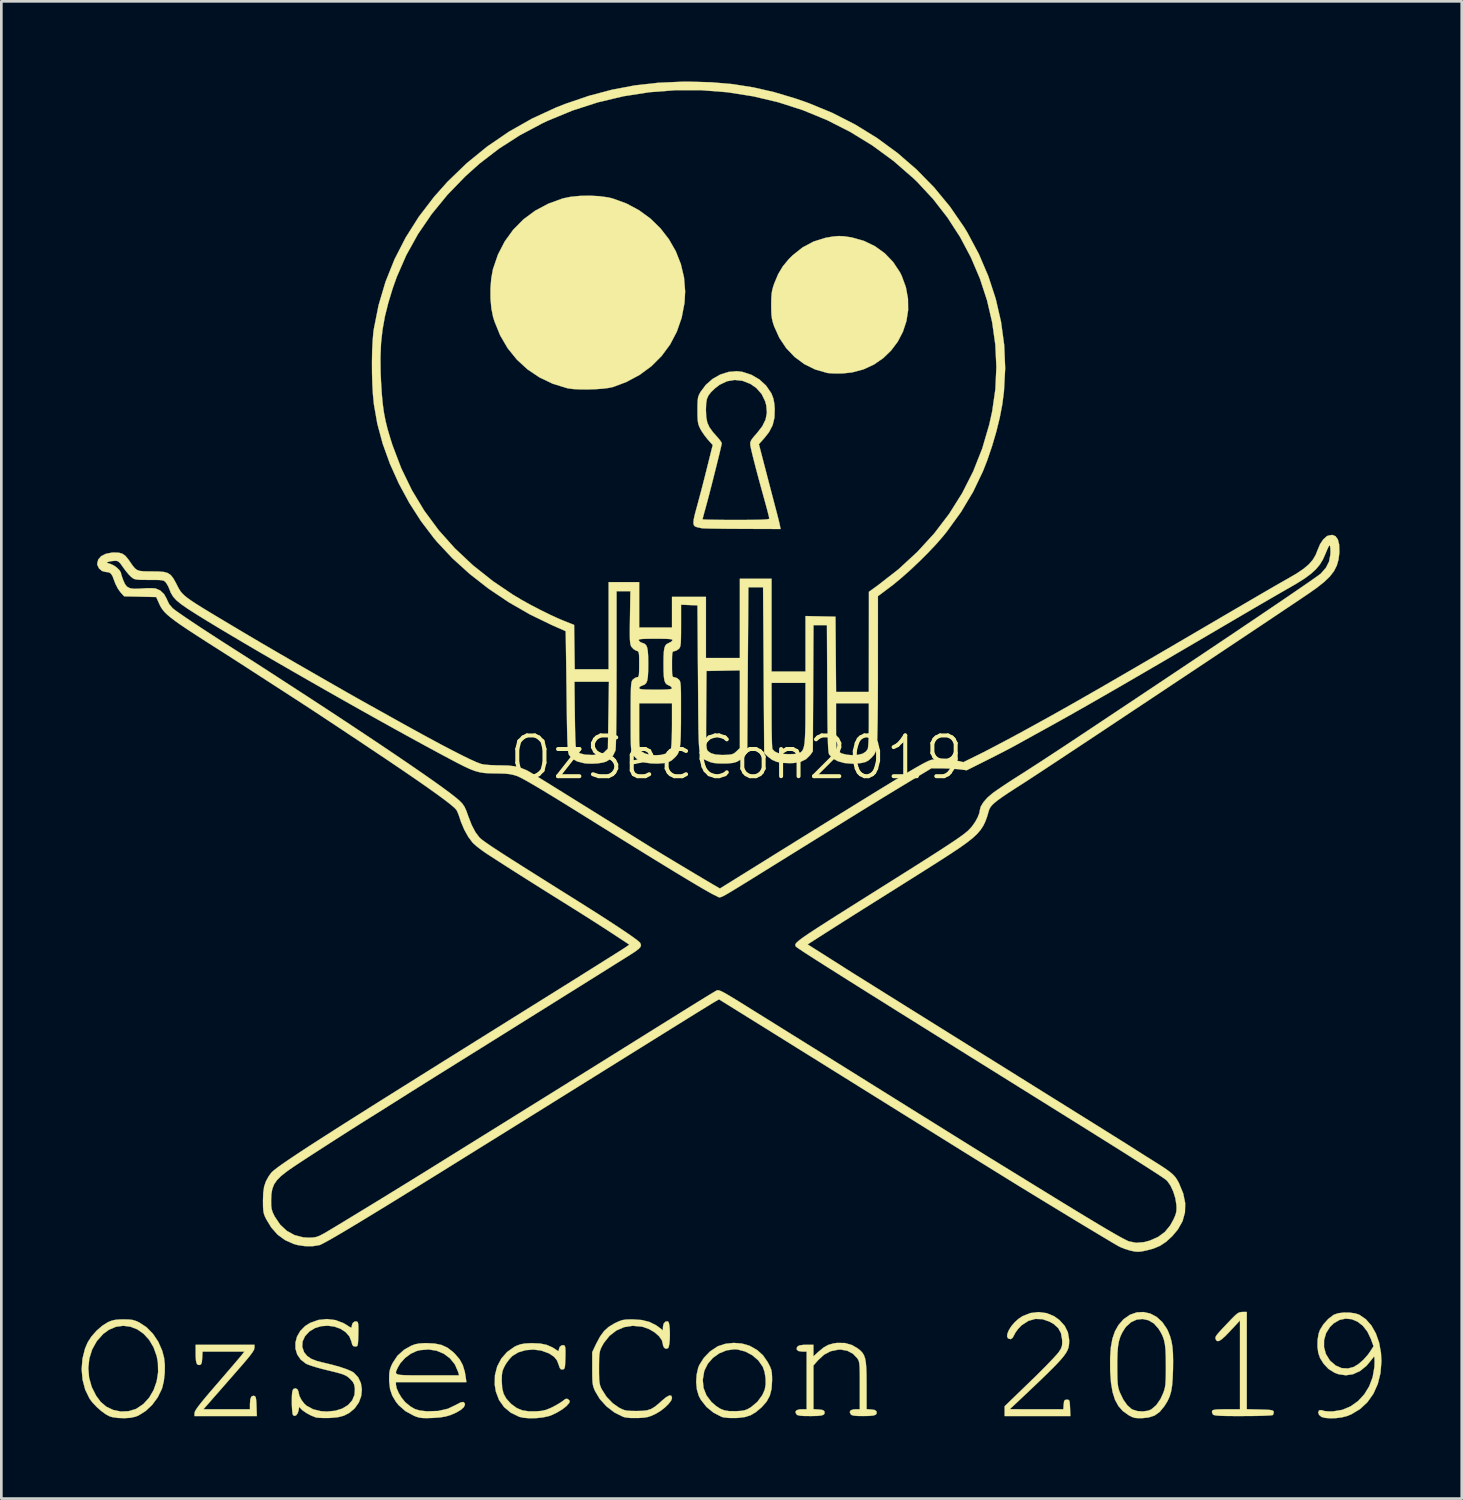
<source format=kicad_pcb>
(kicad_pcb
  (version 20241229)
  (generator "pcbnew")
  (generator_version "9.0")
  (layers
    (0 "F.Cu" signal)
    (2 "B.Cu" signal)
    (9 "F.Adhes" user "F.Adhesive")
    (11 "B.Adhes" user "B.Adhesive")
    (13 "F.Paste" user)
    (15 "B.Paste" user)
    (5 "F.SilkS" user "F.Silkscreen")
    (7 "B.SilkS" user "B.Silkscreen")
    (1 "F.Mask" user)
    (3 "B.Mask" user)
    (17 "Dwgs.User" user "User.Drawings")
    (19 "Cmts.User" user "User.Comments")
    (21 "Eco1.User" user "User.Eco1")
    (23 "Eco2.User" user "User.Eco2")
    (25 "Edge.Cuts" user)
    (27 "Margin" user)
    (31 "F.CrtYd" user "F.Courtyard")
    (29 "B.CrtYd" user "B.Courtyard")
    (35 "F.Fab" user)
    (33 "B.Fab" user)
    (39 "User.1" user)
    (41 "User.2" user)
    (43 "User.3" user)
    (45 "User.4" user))
  (footprint "OzSecCon2019"
    (layer "F.Cu")
    (at 24.505 25.293)
    (property "Reference" "OzSecCon2019" (at 0 0 0) (layer "F.SilkS") (effects (font (size 1.524 1.524) (thickness 0.15))))
    (attr through_hole)
    (fp_poly (pts (xy 4.036 -19.502) (xy 4.282 -19.464) (xy 4.325 -19.456) (xy 4.773 -19.329) (xy 5.183 -19.13) (xy 5.549 -18.865) (xy 5.861 -18.54) (xy 6.113 -18.161) (xy 6.18 -18.028) (xy 6.338 -17.598) (xy 6.417 -17.166) (xy 6.422 -16.739) (xy 6.357 -16.324) (xy 6.226 -15.929) (xy 6.035 -15.562) (xy 5.787 -15.231) (xy 5.488 -14.942) (xy 5.143 -14.704) (xy 4.754 -14.524) (xy 4.328 -14.41) (xy 3.979 -14.372) (xy 3.777 -14.369) (xy 3.583 -14.373) (xy 3.429 -14.385) (xy 3.387 -14.392) (xy 2.945 -14.519) (xy 2.539 -14.719) (xy 2.175 -14.988) (xy 1.861 -15.317) (xy 1.603 -15.703) (xy 1.408 -16.136) (xy 1.358 -16.292) (xy 1.325 -16.432) (xy 1.307 -16.585) (xy 1.3 -16.779) (xy 1.299 -16.933) (xy 1.302 -17.165) (xy 1.313 -17.339) (xy 1.336 -17.484) (xy 1.375 -17.627) (xy 1.413 -17.737) (xy 1.558 -18.084) (xy 1.732 -18.377) (xy 1.955 -18.647) (xy 2.104 -18.794) (xy 2.475 -19.088) (xy 2.88 -19.304) (xy 3.318 -19.442) (xy 3.353 -19.449) (xy 3.61 -19.494) (xy 3.825 -19.512) (xy 4.036 -19.502)) (stroke (width 0.01) (type solid)) (fill yes) (layer "F.SilkS"))
    (fp_poly (pts (xy -5.131 -21.003) (xy -4.806 -20.959) (xy -4.64 -20.92) (xy -4.122 -20.732) (xy -3.648 -20.478) (xy -3.22 -20.166) (xy -2.846 -19.801) (xy -2.528 -19.391) (xy -2.271 -18.943) (xy -2.082 -18.464) (xy -1.963 -17.96) (xy -1.921 -17.438) (xy -1.945 -17.009) (xy -2.052 -16.452) (xy -2.233 -15.932) (xy -2.484 -15.454) (xy -2.802 -15.023) (xy -3.183 -14.642) (xy -3.624 -14.317) (xy -4.12 -14.051) (xy -4.614 -13.865) (xy -4.786 -13.828) (xy -5.019 -13.799) (xy -5.291 -13.781) (xy -5.578 -13.772) (xy -5.857 -13.774) (xy -6.105 -13.787) (xy -6.3 -13.812) (xy -6.329 -13.818) (xy -6.873 -13.985) (xy -7.372 -14.223) (xy -7.823 -14.526) (xy -8.221 -14.893) (xy -8.563 -15.317) (xy -8.842 -15.796) (xy -9.057 -16.325) (xy -9.108 -16.493) (xy -9.171 -16.807) (xy -9.203 -17.17) (xy -9.205 -17.553) (xy -9.175 -17.924) (xy -9.115 -18.256) (xy -9.108 -18.281) (xy -8.924 -18.82) (xy -8.671 -19.31) (xy -8.353 -19.749) (xy -7.974 -20.133) (xy -7.536 -20.458) (xy -7.044 -20.721) (xy -6.501 -20.918) (xy -6.489 -20.921) (xy -6.199 -20.981) (xy -5.856 -21.014) (xy -5.491 -21.022) (xy -5.131 -21.003)) (stroke (width 0.01) (type solid)) (fill yes) (layer "F.SilkS"))
    (fp_poly (pts (xy -18.035 22.087) (xy -18.049 22.147) (xy -18.097 22.233) (xy -18.183 22.353) (xy -18.314 22.515) (xy -18.494 22.727) (xy -18.596 22.843) (xy -18.802 23.079) (xy -19.022 23.33) (xy -19.236 23.575) (xy -19.428 23.794) (xy -19.551 23.934) (xy -19.945 24.384) (xy -18.203 24.384) (xy -18.203 24.183) (xy -18.19 24.01) (xy -18.151 23.912) (xy -18.083 23.88) (xy -18.05 23.883) (xy -18.011 23.9) (xy -17.986 23.945) (xy -17.971 24.035) (xy -17.961 24.185) (xy -17.958 24.268) (xy -17.946 24.638) (xy -20.278 24.638) (xy -20.276 24.522) (xy -20.263 24.471) (xy -20.22 24.393) (xy -20.143 24.283) (xy -20.027 24.134) (xy -19.868 23.94) (xy -19.659 23.694) (xy -19.469 23.474) (xy -19.256 23.227) (xy -19.056 22.994) (xy -18.875 22.784) (xy -18.724 22.607) (xy -18.61 22.473) (xy -18.541 22.391) (xy -18.536 22.384) (xy -18.408 22.225) (xy -19.977 22.225) (xy -19.99 22.468) (xy -20.002 22.611) (xy -20.026 22.689) (xy -20.067 22.722) (xy -20.082 22.726) (xy -20.151 22.722) (xy -20.196 22.673) (xy -20.223 22.566) (xy -20.234 22.391) (xy -20.235 22.299) (xy -20.235 21.971) (xy -18.034 21.971) (xy -18.035 22.087)) (stroke (width 0.01) (type solid)) (fill yes) (layer "F.SilkS"))
    (fp_poly (pts (xy 19.092 24.381) (xy 19.589 24.393) (xy 19.803 24.4) (xy 19.946 24.408) (xy 20.033 24.422) (xy 20.079 24.442) (xy 20.099 24.473) (xy 20.101 24.485) (xy 20.088 24.568) (xy 20.06 24.601) (xy 20.003 24.61) (xy 19.874 24.619) (xy 19.684 24.627) (xy 19.447 24.633) (xy 19.173 24.636) (xy 18.939 24.637) (xy 18.603 24.637) (xy 18.341 24.635) (xy 18.146 24.63) (xy 18.006 24.622) (xy 17.912 24.611) (xy 17.855 24.596) (xy 17.824 24.577) (xy 17.823 24.575) (xy 17.79 24.492) (xy 17.795 24.448) (xy 17.82 24.42) (xy 17.88 24.401) (xy 17.987 24.39) (xy 18.156 24.385) (xy 18.329 24.384) (xy 18.838 24.384) (xy 18.838 22.722) (xy 18.838 21.061) (xy 18.475 21.452) (xy 18.293 21.641) (xy 18.155 21.765) (xy 18.054 21.828) (xy 17.984 21.833) (xy 17.938 21.785) (xy 17.927 21.755) (xy 17.919 21.721) (xy 17.922 21.685) (xy 17.945 21.639) (xy 17.992 21.574) (xy 18.073 21.481) (xy 18.192 21.351) (xy 18.359 21.176) (xy 18.519 21.008) (xy 18.649 20.877) (xy 18.743 20.798) (xy 18.82 20.757) (xy 18.9 20.744) (xy 18.932 20.743) (xy 19.092 20.743) (xy 19.092 24.381)) (stroke (width 0.01) (type solid)) (fill yes) (layer "F.SilkS"))
    (fp_poly (pts (xy 11.604 20.787) (xy 11.885 20.903) (xy 12.079 21.042) (xy 12.278 21.26) (xy 12.398 21.5) (xy 12.445 21.772) (xy 12.446 21.826) (xy 12.444 21.921) (xy 12.435 22.009) (xy 12.415 22.095) (xy 12.38 22.184) (xy 12.325 22.282) (xy 12.246 22.393) (xy 12.137 22.524) (xy 11.996 22.678) (xy 11.816 22.862) (xy 11.594 23.081) (xy 11.326 23.34) (xy 11.007 23.644) (xy 10.632 23.998) (xy 10.459 24.161) (xy 10.223 24.382) (xy 11.226 24.383) (xy 12.229 24.384) (xy 12.242 24.204) (xy 12.256 24.09) (xy 12.287 24.038) (xy 12.348 24.024) (xy 12.361 24.024) (xy 12.416 24.029) (xy 12.449 24.055) (xy 12.466 24.12) (xy 12.476 24.244) (xy 12.48 24.331) (xy 12.492 24.638) (xy 10.033 24.638) (xy 10.033 24.271) (xy 10.981 23.354) (xy 11.224 23.118) (xy 11.452 22.891) (xy 11.657 22.682) (xy 11.831 22.501) (xy 11.964 22.356) (xy 12.048 22.258) (xy 12.064 22.236) (xy 12.141 22.112) (xy 12.178 22.009) (xy 12.188 21.888) (xy 12.183 21.775) (xy 12.141 21.537) (xy 12.039 21.348) (xy 11.87 21.195) (xy 11.719 21.108) (xy 11.447 21.013) (xy 11.179 21.003) (xy 10.922 21.076) (xy 10.679 21.233) (xy 10.657 21.251) (xy 10.538 21.375) (xy 10.438 21.512) (xy 10.398 21.589) (xy 10.331 21.713) (xy 10.258 21.759) (xy 10.248 21.759) (xy 10.159 21.732) (xy 10.124 21.658) (xy 10.138 21.549) (xy 10.195 21.416) (xy 10.286 21.273) (xy 10.408 21.13) (xy 10.552 21) (xy 10.708 20.897) (xy 11.001 20.783) (xy 11.304 20.747) (xy 11.604 20.787)) (stroke (width 0.01) (type solid)) (fill yes) (layer "F.SilkS"))
    (fp_poly (pts (xy 0.202 21.924) (xy 0.477 22.003) (xy 0.51 22.018) (xy 0.781 22.173) (xy 0.992 22.365) (xy 1.165 22.615) (xy 1.188 22.657) (xy 1.258 22.794) (xy 1.301 22.906) (xy 1.323 23.023) (xy 1.331 23.176) (xy 1.332 23.305) (xy 1.313 23.617) (xy 1.247 23.874) (xy 1.128 24.096) (xy 0.947 24.301) (xy 0.933 24.315) (xy 0.725 24.491) (xy 0.531 24.606) (xy 0.321 24.674) (xy 0.066 24.706) (xy -0.021 24.71) (xy -0.286 24.709) (xy -0.484 24.687) (xy -0.555 24.667) (xy -0.859 24.512) (xy -1.123 24.295) (xy -1.331 24.031) (xy -1.411 23.881) (xy -1.481 23.646) (xy -1.508 23.372) (xy -1.503 23.286) (xy -1.262 23.286) (xy -1.233 23.586) (xy -1.124 23.863) (xy -0.937 24.111) (xy -0.762 24.263) (xy -0.606 24.364) (xy -0.452 24.425) (xy -0.272 24.453) (xy -0.039 24.455) (xy -0.016 24.455) (xy 0.168 24.444) (xy 0.298 24.423) (xy 0.407 24.383) (xy 0.525 24.316) (xy 0.547 24.302) (xy 0.785 24.102) (xy 0.968 23.852) (xy 1.058 23.648) (xy 1.091 23.453) (xy 1.088 23.222) (xy 1.052 22.991) (xy 0.985 22.797) (xy 0.983 22.793) (xy 0.817 22.556) (xy 0.592 22.362) (xy 0.327 22.222) (xy 0.042 22.148) (xy -0.085 22.14) (xy -0.373 22.18) (xy -0.644 22.29) (xy -0.882 22.461) (xy -1.072 22.679) (xy -1.199 22.935) (xy -1.209 22.968) (xy -1.262 23.286) (xy -1.503 23.286) (xy -1.491 23.089) (xy -1.432 22.83) (xy -1.393 22.733) (xy -1.222 22.461) (xy -0.992 22.222) (xy -0.724 22.042) (xy -0.677 22.019) (xy -0.406 21.932) (xy -0.103 21.901) (xy 0.202 21.924)) (stroke (width 0.01) (type solid)) (fill yes) (layer "F.SilkS"))
    (fp_poly (pts (xy -22.75 21.024) (xy -22.607 21.039) (xy -22.484 21.074) (xy -22.349 21.134) (xy -22.347 21.135) (xy -22.075 21.313) (xy -21.834 21.558) (xy -21.634 21.856) (xy -21.487 22.19) (xy -21.416 22.459) (xy -21.387 22.731) (xy -21.392 23.033) (xy -21.426 23.33) (xy -21.488 23.588) (xy -21.503 23.63) (xy -21.656 23.94) (xy -21.861 24.218) (xy -22.105 24.448) (xy -22.372 24.615) (xy -22.482 24.66) (xy -22.666 24.701) (xy -22.895 24.717) (xy -23.135 24.709) (xy -23.351 24.678) (xy -23.443 24.652) (xy -23.592 24.575) (xy -23.767 24.448) (xy -23.944 24.291) (xy -24.101 24.124) (xy -24.203 23.988) (xy -24.366 23.654) (xy -24.465 23.282) (xy -24.5 22.889) (xy -24.496 22.839) (xy -24.251 22.839) (xy -24.222 23.198) (xy -24.124 23.549) (xy -23.958 23.879) (xy -23.787 24.108) (xy -23.573 24.29) (xy -23.316 24.411) (xy -23.034 24.468) (xy -22.747 24.456) (xy -22.473 24.373) (xy -22.445 24.359) (xy -22.188 24.185) (xy -21.974 23.949) (xy -21.807 23.664) (xy -21.694 23.342) (xy -21.639 22.997) (xy -21.647 22.642) (xy -21.692 22.395) (xy -21.811 22.063) (xy -21.977 21.783) (xy -22.183 21.559) (xy -22.418 21.394) (xy -22.675 21.294) (xy -22.943 21.26) (xy -23.215 21.297) (xy -23.48 21.409) (xy -23.695 21.566) (xy -23.934 21.835) (xy -24.107 22.145) (xy -24.213 22.484) (xy -24.251 22.839) (xy -24.496 22.839) (xy -24.47 22.494) (xy -24.374 22.114) (xy -24.274 21.879) (xy -24.134 21.662) (xy -23.944 21.446) (xy -23.729 21.259) (xy -23.517 21.125) (xy -23.516 21.125) (xy -23.382 21.07) (xy -23.245 21.038) (xy -23.074 21.023) (xy -22.945 21.021) (xy -22.75 21.024)) (stroke (width 0.01) (type solid)) (fill yes) (layer "F.SilkS"))
    (fp_poly (pts (xy 4.053 21.904) (xy 4.317 21.979) (xy 4.526 22.1) (xy 4.629 22.181) (xy 4.709 22.264) (xy 4.769 22.361) (xy 4.812 22.482) (xy 4.84 22.641) (xy 4.857 22.849) (xy 4.865 23.118) (xy 4.867 23.458) (xy 4.867 23.482) (xy 4.868 24.379) (xy 5.048 24.392) (xy 5.171 24.411) (xy 5.23 24.452) (xy 5.243 24.485) (xy 5.241 24.549) (xy 5.2 24.592) (xy 5.108 24.62) (xy 4.954 24.633) (xy 4.736 24.637) (xy 4.529 24.634) (xy 4.392 24.622) (xy 4.31 24.6) (xy 4.276 24.575) (xy 4.237 24.488) (xy 4.274 24.422) (xy 4.381 24.388) (xy 4.444 24.384) (xy 4.614 24.384) (xy 4.614 23.501) (xy 4.614 23.205) (xy 4.612 22.981) (xy 4.607 22.817) (xy 4.598 22.699) (xy 4.585 22.616) (xy 4.565 22.555) (xy 4.537 22.503) (xy 4.519 22.475) (xy 4.358 22.306) (xy 4.147 22.195) (xy 3.904 22.151) (xy 3.807 22.154) (xy 3.524 22.212) (xy 3.277 22.341) (xy 3.053 22.547) (xy 2.879 22.745) (xy 2.879 24.379) (xy 3.079 24.392) (xy 3.209 24.408) (xy 3.275 24.441) (xy 3.295 24.485) (xy 3.294 24.546) (xy 3.257 24.589) (xy 3.171 24.617) (xy 3.026 24.632) (xy 2.811 24.637) (xy 2.746 24.637) (xy 2.53 24.635) (xy 2.384 24.625) (xy 2.294 24.606) (xy 2.246 24.577) (xy 2.244 24.575) (xy 2.204 24.488) (xy 2.241 24.424) (xy 2.35 24.389) (xy 2.433 24.384) (xy 2.625 24.384) (xy 2.625 22.225) (xy 2.454 22.225) (xy 2.321 22.205) (xy 2.254 22.152) (xy 2.26 22.073) (xy 2.286 22.034) (xy 2.36 21.993) (xy 2.502 21.974) (xy 2.609 21.971) (xy 2.879 21.971) (xy 2.879 22.405) (xy 3.064 22.234) (xy 3.254 22.077) (xy 3.429 21.978) (xy 3.62 21.922) (xy 3.756 21.902) (xy 4.053 21.904)) (stroke (width 0.01) (type solid)) (fill yes) (layer "F.SilkS"))
    (fp_poly (pts (xy -11.289 21.925) (xy -11.035 21.978) (xy -10.816 22.079) (xy -10.612 22.235) (xy -10.538 22.306) (xy -10.363 22.509) (xy -10.244 22.723) (xy -10.166 22.976) (xy -10.133 23.167) (xy -10.106 23.368) (xy -12.742 23.368) (xy -12.742 23.463) (xy -12.713 23.603) (xy -12.638 23.774) (xy -12.532 23.949) (xy -12.41 24.1) (xy -12.371 24.138) (xy -12.194 24.282) (xy -12.03 24.376) (xy -11.848 24.43) (xy -11.617 24.457) (xy -11.565 24.46) (xy -11.162 24.447) (xy -10.796 24.363) (xy -10.475 24.209) (xy -10.474 24.208) (xy -10.319 24.126) (xy -10.217 24.111) (xy -10.166 24.162) (xy -10.16 24.211) (xy -10.2 24.303) (xy -10.311 24.404) (xy -10.483 24.506) (xy -10.689 24.596) (xy -10.87 24.651) (xy -11.077 24.687) (xy -11.336 24.707) (xy -11.388 24.709) (xy -11.599 24.715) (xy -11.75 24.711) (xy -11.868 24.695) (xy -11.976 24.663) (xy -12.068 24.626) (xy -12.386 24.453) (xy -12.643 24.227) (xy -12.744 24.1) (xy -12.88 23.871) (xy -12.961 23.629) (xy -12.994 23.347) (xy -12.996 23.242) (xy -12.991 23.053) (xy -12.985 23.012) (xy -12.743 23.012) (xy -12.724 23.053) (xy -12.668 23.082) (xy -12.566 23.099) (xy -12.411 23.109) (xy -12.194 23.113) (xy -11.909 23.114) (xy -11.56 23.114) (xy -10.378 23.114) (xy -10.415 22.983) (xy -10.535 22.707) (xy -10.717 22.48) (xy -10.949 22.306) (xy -11.22 22.193) (xy -11.518 22.146) (xy -11.833 22.171) (xy -11.966 22.204) (xy -12.187 22.305) (xy -12.399 22.464) (xy -12.574 22.657) (xy -12.654 22.789) (xy -12.7 22.883) (xy -12.733 22.956) (xy -12.743 23.012) (xy -12.985 23.012) (xy -12.969 22.91) (xy -12.922 22.774) (xy -12.866 22.655) (xy -12.684 22.38) (xy -12.438 22.158) (xy -12.167 22.005) (xy -12.024 21.952) (xy -11.868 21.922) (xy -11.669 21.91) (xy -11.599 21.909) (xy -11.289 21.925)) (stroke (width 0.01) (type solid)) (fill yes) (layer "F.SilkS"))
    (fp_poly (pts (xy -7.343 21.924) (xy -7.1 21.975) (xy -6.886 22.069) (xy -6.765 22.146) (xy -6.685 22.2) (xy -6.653 22.205) (xy -6.646 22.161) (xy -6.646 22.148) (xy -6.615 22.052) (xy -6.54 21.99) (xy -6.455 21.987) (xy -6.425 22.012) (xy -6.407 22.069) (xy -6.399 22.173) (xy -6.399 22.34) (xy -6.401 22.446) (xy -6.408 22.642) (xy -6.417 22.769) (xy -6.432 22.843) (xy -6.457 22.879) (xy -6.495 22.893) (xy -6.506 22.894) (xy -6.572 22.888) (xy -6.615 22.831) (xy -6.643 22.746) (xy -6.712 22.562) (xy -6.818 22.426) (xy -6.981 22.313) (xy -7.032 22.286) (xy -7.305 22.187) (xy -7.598 22.15) (xy -7.89 22.173) (xy -8.16 22.253) (xy -8.383 22.388) (xy -8.489 22.498) (xy -8.599 22.644) (xy -8.658 22.739) (xy -8.721 22.864) (xy -8.759 22.973) (xy -8.777 23.099) (xy -8.782 23.271) (xy -8.782 23.326) (xy -8.766 23.594) (xy -8.713 23.806) (xy -8.612 23.987) (xy -8.453 24.161) (xy -8.405 24.204) (xy -8.217 24.34) (xy -8.01 24.424) (xy -7.765 24.462) (xy -7.507 24.462) (xy -7.295 24.444) (xy -7.124 24.405) (xy -6.949 24.334) (xy -6.9 24.311) (xy -6.74 24.226) (xy -6.593 24.138) (xy -6.495 24.069) (xy -6.404 24.002) (xy -6.343 23.989) (xy -6.289 24.017) (xy -6.238 24.073) (xy -6.256 24.141) (xy -6.265 24.156) (xy -6.364 24.267) (xy -6.52 24.388) (xy -6.709 24.503) (xy -6.906 24.598) (xy -7.016 24.638) (xy -7.238 24.688) (xy -7.491 24.715) (xy -7.747 24.72) (xy -7.976 24.701) (xy -8.133 24.664) (xy -8.444 24.512) (xy -8.695 24.302) (xy -8.883 24.038) (xy -9.002 23.725) (xy -9.046 23.46) (xy -9.037 23.108) (xy -8.953 22.781) (xy -8.799 22.488) (xy -8.582 22.24) (xy -8.308 22.047) (xy -8.217 22.002) (xy -8.08 21.953) (xy -7.921 21.924) (xy -7.714 21.912) (xy -7.641 21.911) (xy -7.343 21.924)) (stroke (width 0.01) (type solid)) (fill yes) (layer "F.SilkS"))
    (fp_poly (pts (xy 22.944 20.768) (xy 23.151 20.797) (xy 23.3 20.846) (xy 23.546 21.014) (xy 23.755 21.251) (xy 23.922 21.546) (xy 24.043 21.89) (xy 24.113 22.274) (xy 24.13 22.585) (xy 24.095 23.029) (xy 23.994 23.436) (xy 23.831 23.8) (xy 23.609 24.115) (xy 23.333 24.374) (xy 23.007 24.57) (xy 22.831 24.641) (xy 22.644 24.687) (xy 22.43 24.715) (xy 22.215 24.721) (xy 22.026 24.707) (xy 21.89 24.67) (xy 21.887 24.668) (xy 21.8 24.597) (xy 21.764 24.511) (xy 21.788 24.438) (xy 21.806 24.424) (xy 21.884 24.414) (xy 21.942 24.434) (xy 22.024 24.454) (xy 22.161 24.464) (xy 22.324 24.462) (xy 22.326 24.462) (xy 22.666 24.405) (xy 22.978 24.274) (xy 23.255 24.077) (xy 23.489 23.824) (xy 23.674 23.522) (xy 23.802 23.18) (xy 23.867 22.805) (xy 23.874 22.614) (xy 23.871 22.48) (xy 23.864 22.419) (xy 23.844 22.419) (xy 23.806 22.469) (xy 23.8 22.479) (xy 23.576 22.753) (xy 23.331 22.951) (xy 23.07 23.071) (xy 22.8 23.112) (xy 22.524 23.072) (xy 22.371 23.014) (xy 22.151 22.876) (xy 21.967 22.68) (xy 21.832 22.463) (xy 21.767 22.273) (xy 21.739 22.058) (xy 21.982 22.058) (xy 22.052 22.315) (xy 22.194 22.547) (xy 22.217 22.573) (xy 22.422 22.749) (xy 22.645 22.844) (xy 22.88 22.857) (xy 23.09 22.801) (xy 23.265 22.697) (xy 23.45 22.538) (xy 23.622 22.345) (xy 23.704 22.229) (xy 23.835 22.026) (xy 23.739 21.759) (xy 23.606 21.48) (xy 23.435 21.261) (xy 23.235 21.105) (xy 23.016 21.014) (xy 22.789 20.992) (xy 22.563 21.041) (xy 22.349 21.165) (xy 22.207 21.302) (xy 22.059 21.535) (xy 21.984 21.792) (xy 21.982 22.058) (xy 21.739 22.058) (xy 21.737 22.038) (xy 21.741 21.787) (xy 21.781 21.552) (xy 21.829 21.417) (xy 21.959 21.205) (xy 22.137 21.008) (xy 22.334 20.857) (xy 22.363 20.841) (xy 22.519 20.789) (xy 22.723 20.765) (xy 22.944 20.768)) (stroke (width 0.01) (type solid)) (fill yes) (layer "F.SilkS"))
    (fp_poly (pts (xy 15.484 20.803) (xy 15.72 20.929) (xy 15.93 21.12) (xy 16.103 21.373) (xy 16.145 21.46) (xy 16.22 21.646) (xy 16.274 21.834) (xy 16.31 22.041) (xy 16.33 22.284) (xy 16.336 22.58) (xy 16.332 22.902) (xy 16.319 23.236) (xy 16.297 23.503) (xy 16.261 23.719) (xy 16.207 23.902) (xy 16.132 24.069) (xy 16.03 24.236) (xy 16.003 24.276) (xy 15.832 24.483) (xy 15.643 24.618) (xy 15.416 24.691) (xy 15.201 24.714) (xy 15.027 24.717) (xy 14.905 24.706) (xy 14.802 24.673) (xy 14.684 24.612) (xy 14.66 24.598) (xy 14.454 24.449) (xy 14.289 24.262) (xy 14.163 24.03) (xy 14.072 23.744) (xy 14.013 23.394) (xy 13.982 22.973) (xy 13.98 22.92) (xy 13.98 22.775) (xy 14.247 22.775) (xy 14.249 23.051) (xy 14.253 23.258) (xy 14.262 23.413) (xy 14.277 23.531) (xy 14.299 23.629) (xy 14.331 23.722) (xy 14.344 23.755) (xy 14.472 24.022) (xy 14.62 24.231) (xy 14.778 24.372) (xy 14.822 24.396) (xy 15.004 24.452) (xy 15.211 24.465) (xy 15.407 24.436) (xy 15.521 24.387) (xy 15.707 24.228) (xy 15.867 23.994) (xy 15.971 23.764) (xy 16.005 23.666) (xy 16.03 23.568) (xy 16.047 23.455) (xy 16.057 23.311) (xy 16.063 23.121) (xy 16.065 22.867) (xy 16.065 22.754) (xy 16.062 22.425) (xy 16.052 22.164) (xy 16.03 21.957) (xy 15.994 21.786) (xy 15.941 21.637) (xy 15.867 21.493) (xy 15.786 21.364) (xy 15.616 21.173) (xy 15.414 21.054) (xy 15.196 21.006) (xy 14.974 21.029) (xy 14.765 21.124) (xy 14.58 21.29) (xy 14.521 21.37) (xy 14.427 21.524) (xy 14.357 21.677) (xy 14.307 21.844) (xy 14.274 22.04) (xy 14.255 22.281) (xy 14.247 22.583) (xy 14.247 22.775) (xy 13.98 22.775) (xy 13.979 22.459) (xy 14.006 22.069) (xy 14.066 21.74) (xy 14.161 21.465) (xy 14.292 21.233) (xy 14.463 21.035) (xy 14.488 21.011) (xy 14.723 20.847) (xy 14.974 20.759) (xy 15.231 20.746) (xy 15.484 20.803)) (stroke (width 0.01) (type solid)) (fill yes) (layer "F.SilkS"))
    (fp_poly (pts (xy -3.874 21.021) (xy -3.54 21.045) (xy -3.258 21.116) (xy -3.01 21.24) (xy -2.905 21.314) (xy -2.752 21.431) (xy -2.752 21.304) (xy -2.726 21.183) (xy -2.661 21.107) (xy -2.574 21.093) (xy -2.562 21.097) (xy -2.53 21.149) (xy -2.508 21.265) (xy -2.495 21.422) (xy -2.492 21.601) (xy -2.497 21.779) (xy -2.512 21.936) (xy -2.536 22.051) (xy -2.561 22.098) (xy -2.64 22.122) (xy -2.71 22.079) (xy -2.75 21.987) (xy -2.752 21.955) (xy -2.791 21.802) (xy -2.9 21.648) (xy -3.063 21.505) (xy -3.266 21.386) (xy -3.494 21.303) (xy -3.549 21.291) (xy -3.886 21.261) (xy -4.203 21.311) (xy -4.493 21.436) (xy -4.749 21.634) (xy -4.961 21.899) (xy -5.046 22.05) (xy -5.085 22.137) (xy -5.112 22.224) (xy -5.129 22.33) (xy -5.139 22.471) (xy -5.142 22.667) (xy -5.143 22.839) (xy -5.142 23.081) (xy -5.137 23.257) (xy -5.125 23.384) (xy -5.105 23.482) (xy -5.074 23.567) (xy -5.044 23.631) (xy -4.863 23.916) (xy -4.628 24.16) (xy -4.397 24.322) (xy -4.284 24.38) (xy -4.186 24.417) (xy -4.077 24.437) (xy -3.931 24.446) (xy -3.747 24.448) (xy -3.517 24.443) (xy -3.343 24.422) (xy -3.198 24.375) (xy -3.059 24.292) (xy -2.901 24.164) (xy -2.792 24.064) (xy -2.629 23.93) (xy -2.512 23.867) (xy -2.44 23.876) (xy -2.413 23.955) (xy -2.413 23.966) (xy -2.448 24.063) (xy -2.541 24.184) (xy -2.676 24.316) (xy -2.838 24.442) (xy -3.01 24.548) (xy -3.039 24.562) (xy -3.19 24.631) (xy -3.323 24.674) (xy -3.469 24.698) (xy -3.662 24.71) (xy -3.7 24.711) (xy -3.967 24.71) (xy -4.166 24.687) (xy -4.24 24.666) (xy -4.568 24.503) (xy -4.865 24.275) (xy -5.113 24) (xy -5.284 23.716) (xy -5.329 23.615) (xy -5.36 23.524) (xy -5.38 23.425) (xy -5.391 23.299) (xy -5.396 23.126) (xy -5.397 22.89) (xy -5.397 22.86) (xy -5.397 22.246) (xy -5.245 21.926) (xy -5.103 21.661) (xy -4.956 21.46) (xy -4.786 21.305) (xy -4.576 21.176) (xy -4.538 21.157) (xy -4.392 21.089) (xy -4.272 21.048) (xy -4.148 21.028) (xy -3.988 21.021) (xy -3.874 21.021)) (stroke (width 0.01) (type solid)) (fill yes) (layer "F.SilkS"))
    (fp_poly (pts (xy -15.004 21.047) (xy -14.706 21.159) (xy -14.589 21.229) (xy -14.478 21.302) (xy -14.42 21.329) (xy -14.397 21.312) (xy -14.393 21.257) (xy -14.362 21.161) (xy -14.287 21.101) (xy -14.202 21.098) (xy -14.173 21.122) (xy -14.155 21.178) (xy -14.146 21.28) (xy -14.146 21.443) (xy -14.148 21.579) (xy -14.154 21.779) (xy -14.162 21.91) (xy -14.175 21.986) (xy -14.197 22.023) (xy -14.233 22.034) (xy -14.265 22.035) (xy -14.334 22.022) (xy -14.375 21.97) (xy -14.405 21.856) (xy -14.405 21.854) (xy -14.484 21.656) (xy -14.627 21.494) (xy -14.818 21.371) (xy -15.043 21.291) (xy -15.286 21.258) (xy -15.533 21.274) (xy -15.769 21.345) (xy -15.98 21.473) (xy -15.981 21.474) (xy -16.144 21.651) (xy -16.234 21.846) (xy -16.247 22.047) (xy -16.18 22.242) (xy -16.172 22.257) (xy -16.063 22.39) (xy -15.913 22.494) (xy -15.705 22.576) (xy -15.498 22.629) (xy -15.14 22.715) (xy -14.83 22.802) (xy -14.579 22.887) (xy -14.395 22.967) (xy -14.315 23.017) (xy -14.153 23.19) (xy -14.053 23.404) (xy -14.016 23.643) (xy -14.041 23.889) (xy -14.128 24.127) (xy -14.277 24.339) (xy -14.311 24.374) (xy -14.493 24.524) (xy -14.69 24.624) (xy -14.923 24.683) (xy -15.213 24.709) (xy -15.24 24.709) (xy -15.428 24.711) (xy -15.595 24.705) (xy -15.715 24.693) (xy -15.748 24.685) (xy -15.922 24.615) (xy -16.094 24.522) (xy -16.231 24.427) (xy -16.277 24.384) (xy -16.362 24.29) (xy -16.383 24.428) (xy -16.421 24.542) (xy -16.481 24.615) (xy -16.548 24.632) (xy -16.595 24.596) (xy -16.612 24.528) (xy -16.626 24.397) (xy -16.635 24.225) (xy -16.636 24.103) (xy -16.634 23.892) (xy -16.623 23.751) (xy -16.603 23.665) (xy -16.573 23.622) (xy -16.495 23.599) (xy -16.423 23.641) (xy -16.385 23.73) (xy -16.383 23.756) (xy -16.353 23.885) (xy -16.276 24.035) (xy -16.171 24.174) (xy -16.089 24.249) (xy -15.839 24.385) (xy -15.543 24.456) (xy -15.325 24.469) (xy -15.014 24.44) (xy -14.747 24.357) (xy -14.533 24.226) (xy -14.379 24.053) (xy -14.291 23.844) (xy -14.277 23.61) (xy -14.301 23.467) (xy -14.351 23.362) (xy -14.448 23.255) (xy -14.464 23.239) (xy -14.535 23.178) (xy -14.608 23.129) (xy -14.699 23.087) (xy -14.825 23.045) (xy -14.999 22.998) (xy -15.239 22.939) (xy -15.285 22.928) (xy -15.524 22.868) (xy -15.746 22.806) (xy -15.934 22.747) (xy -16.067 22.697) (xy -16.107 22.678) (xy -16.304 22.525) (xy -16.435 22.334) (xy -16.5 22.118) (xy -16.502 21.891) (xy -16.442 21.665) (xy -16.321 21.454) (xy -16.139 21.27) (xy -15.952 21.152) (xy -15.644 21.042) (xy -15.322 21.008) (xy -15.004 21.047)) (stroke (width 0.01) (type solid)) (fill yes) (layer "F.SilkS"))
    (fp_poly (pts (xy 0.211 -14.432) (xy 0.551 -14.323) (xy 0.854 -14.148) (xy 1.106 -13.918) (xy 1.295 -13.642) (xy 1.311 -13.61) (xy 1.376 -13.444) (xy 1.414 -13.253) (xy 1.431 -13.047) (xy 1.421 -12.718) (xy 1.352 -12.434) (xy 1.215 -12.172) (xy 1.05 -11.962) (xy 0.838 -11.724) (xy 1.116 -10.656) (xy 1.197 -10.343) (xy 1.278 -10.035) (xy 1.353 -9.748) (xy 1.418 -9.498) (xy 1.47 -9.302) (xy 1.495 -9.207) (xy 1.543 -9.021) (xy 1.586 -8.85) (xy 1.616 -8.722) (xy 1.623 -8.689) (xy 1.649 -8.551) (xy 0.221 -8.556) (xy -0.122 -8.558) (xy -0.44 -8.56) (xy -0.723 -8.564) (xy -0.96 -8.567) (xy -1.142 -8.572) (xy -1.256 -8.576) (xy -1.291 -8.579) (xy -1.405 -8.603) (xy -1.47 -8.617) (xy -1.548 -8.644) (xy -1.595 -8.694) (xy -1.612 -8.778) (xy -1.6 -8.909) (xy -1.599 -8.913) (xy -1.27 -8.913) (xy -1.229 -8.908) (xy -1.115 -8.902) (xy -0.936 -8.898) (xy -0.704 -8.894) (xy -0.429 -8.891) (xy -0.122 -8.89) (xy -0.021 -8.89) (xy 0.357 -8.891) (xy 0.657 -8.894) (xy 0.886 -8.898) (xy 1.051 -8.906) (xy 1.158 -8.916) (xy 1.214 -8.929) (xy 1.228 -8.941) (xy 1.217 -8.999) (xy 1.187 -9.122) (xy 1.142 -9.294) (xy 1.086 -9.5) (xy 1.062 -9.587) (xy 0.94 -10.03) (xy 0.829 -10.436) (xy 0.732 -10.8) (xy 0.651 -11.114) (xy 0.587 -11.369) (xy 0.543 -11.559) (xy 0.52 -11.677) (xy 0.518 -11.689) (xy 0.515 -11.769) (xy 0.533 -11.84) (xy 0.582 -11.922) (xy 0.674 -12.034) (xy 0.757 -12.127) (xy 0.963 -12.391) (xy 1.089 -12.646) (xy 1.138 -12.904) (xy 1.114 -13.177) (xy 1.073 -13.33) (xy 0.943 -13.598) (xy 0.744 -13.825) (xy 0.523 -13.979) (xy 0.229 -14.095) (xy -0.066 -14.128) (xy -0.355 -14.079) (xy -0.63 -13.948) (xy -0.801 -13.817) (xy -0.951 -13.673) (xy -1.05 -13.546) (xy -1.108 -13.412) (xy -1.135 -13.246) (xy -1.143 -13.023) (xy -1.143 -12.997) (xy -1.132 -12.74) (xy -1.092 -12.535) (xy -1.012 -12.356) (xy -0.88 -12.174) (xy -0.757 -12.036) (xy -0.654 -11.919) (xy -0.581 -11.821) (xy -0.55 -11.762) (xy -0.55 -11.76) (xy -0.56 -11.704) (xy -0.589 -11.578) (xy -0.632 -11.395) (xy -0.688 -11.167) (xy -0.752 -10.908) (xy -0.822 -10.629) (xy -0.894 -10.342) (xy -0.966 -10.061) (xy -1.034 -9.798) (xy -1.096 -9.565) (xy -1.147 -9.375) (xy -1.162 -9.321) (xy -1.209 -9.152) (xy -1.245 -9.016) (xy -1.267 -8.931) (xy -1.27 -8.913) (xy -1.599 -8.913) (xy -1.559 -9.097) (xy -1.499 -9.317) (xy -1.443 -9.523) (xy -1.372 -9.788) (xy -1.292 -10.092) (xy -1.21 -10.41) (xy -1.131 -10.722) (xy -1.12 -10.768) (xy -0.889 -11.693) (xy -1.069 -11.893) (xy -1.188 -12.042) (xy -1.301 -12.207) (xy -1.355 -12.302) (xy -1.402 -12.402) (xy -1.432 -12.498) (xy -1.45 -12.612) (xy -1.458 -12.765) (xy -1.46 -12.979) (xy -1.46 -12.996) (xy -1.459 -13.211) (xy -1.452 -13.362) (xy -1.437 -13.471) (xy -1.409 -13.557) (xy -1.366 -13.643) (xy -1.347 -13.676) (xy -1.145 -13.946) (xy -0.894 -14.166) (xy -0.608 -14.329) (xy -0.301 -14.427) (xy 0.012 -14.455) (xy 0.211 -14.432)) (stroke (width 0.01) (type solid)) (fill yes) (layer "F.SilkS"))
    (fp_poly (pts (xy -0.933 -25.264) (xy -0.134 -25.194) (xy 0.639 -25.072) (xy 1.41 -24.895) (xy 2.2 -24.659) (xy 2.677 -24.494) (xy 3.574 -24.125) (xy 4.434 -23.687) (xy 5.252 -23.184) (xy 6.021 -22.621) (xy 6.737 -22.001) (xy 7.395 -21.329) (xy 7.989 -20.609) (xy 8.515 -19.845) (xy 8.638 -19.642) (xy 9.069 -18.836) (xy 9.423 -18.007) (xy 9.7 -17.16) (xy 9.898 -16.3) (xy 10.016 -15.433) (xy 10.053 -14.564) (xy 10.007 -13.699) (xy 9.944 -13.208) (xy 9.851 -12.723) (xy 9.721 -12.194) (xy 9.562 -11.652) (xy 9.383 -11.125) (xy 9.22 -10.71) (xy 8.853 -9.943) (xy 8.403 -9.191) (xy 7.871 -8.456) (xy 7.726 -8.276) (xy 7.473 -7.985) (xy 7.173 -7.667) (xy 6.844 -7.339) (xy 6.504 -7.018) (xy 6.172 -6.723) (xy 5.867 -6.47) (xy 5.763 -6.391) (xy 5.292 -6.038) (xy 5.291 -3.347) (xy 5.291 -2.834) (xy 5.289 -2.35) (xy 5.286 -1.904) (xy 5.282 -1.502) (xy 5.276 -1.151) (xy 5.27 -0.858) (xy 5.264 -0.63) (xy 5.256 -0.474) (xy 5.25 -0.404) (xy 5.213 -0.237) (xy 5.156 -0.116) (xy 5.058 -0.001) (xy 5.046 0.011) (xy 4.936 0.109) (xy 4.827 0.167) (xy 4.684 0.201) (xy 4.626 0.21) (xy 4.319 0.23) (xy 4.038 0.205) (xy 3.794 0.137) (xy 3.601 0.032) (xy 3.473 -0.108) (xy 3.463 -0.126) (xy 3.45 -0.168) (xy 3.44 -0.246) (xy 3.43 -0.365) (xy 3.422 -0.532) (xy 3.416 -0.751) (xy 3.41 -1.03) (xy 3.405 -1.372) (xy 3.401 -1.784) (xy 3.399 -2.032) (xy 3.725 -2.032) (xy 3.725 -1.164) (xy 3.726 -0.871) (xy 3.728 -0.65) (xy 3.733 -0.491) (xy 3.741 -0.381) (xy 3.754 -0.31) (xy 3.773 -0.264) (xy 3.8 -0.232) (xy 3.811 -0.222) (xy 3.944 -0.15) (xy 4.13 -0.105) (xy 4.341 -0.087) (xy 4.548 -0.101) (xy 4.722 -0.146) (xy 4.842 -0.224) (xy 4.911 -0.318) (xy 4.924 -0.395) (xy 4.936 -0.54) (xy 4.945 -0.739) (xy 4.951 -0.977) (xy 4.953 -1.23) (xy 4.953 -2.032) (xy 3.725 -2.032) (xy 3.399 -2.032) (xy 3.398 -2.272) (xy 3.396 -2.593) (xy 3.384 -4.953) (xy 2.881 -4.953) (xy 2.869 -2.593) (xy 2.857 -0.233) (xy 2.756 -0.09) (xy 2.605 0.06) (xy 2.403 0.158) (xy 2.141 0.205) (xy 1.99 0.21) (xy 1.716 0.199) (xy 1.505 0.16) (xy 1.334 0.086) (xy 1.192 -0.021) (xy 1.037 -0.163) (xy 1.019 -2.794) (xy 1.312 -2.794) (xy 1.313 -1.577) (xy 1.314 -1.263) (xy 1.317 -0.976) (xy 1.322 -0.727) (xy 1.328 -0.527) (xy 1.335 -0.388) (xy 1.343 -0.319) (xy 1.345 -0.315) (xy 1.433 -0.224) (xy 1.558 -0.166) (xy 1.735 -0.135) (xy 1.952 -0.127) (xy 2.148 -0.131) (xy 2.28 -0.145) (xy 2.367 -0.174) (xy 2.412 -0.203) (xy 2.459 -0.251) (xy 2.496 -0.319) (xy 2.525 -0.417) (xy 2.547 -0.551) (xy 2.562 -0.733) (xy 2.572 -0.971) (xy 2.578 -1.273) (xy 2.58 -1.65) (xy 2.58 -1.725) (xy 2.582 -2.794) (xy 1.312 -2.794) (xy 1.019 -2.794) (xy 1.016 -3.267) (xy 0.995 -6.371) (xy 0.445 -6.371) (xy 0.423 -3.273) (xy 0.402 -0.175) (xy 0.275 -0.041) (xy 0.148 0.078) (xy 0.021 0.156) (xy -0.129 0.2) (xy -0.324 0.22) (xy -0.492 0.223) (xy -0.704 0.219) (xy -0.858 0.202) (xy -0.981 0.17) (xy -1.07 0.132) (xy -1.138 0.101) (xy -1.197 0.075) (xy -1.246 0.049) (xy -1.288 0.015) (xy -1.323 -0.032) (xy -1.351 -0.098) (xy -1.374 -0.19) (xy -1.391 -0.314) (xy -1.404 -0.477) (xy -1.414 -0.683) (xy -1.421 -0.939) (xy -1.423 -1.072) (xy -1.137 -1.072) (xy -1.136 -0.822) (xy -1.133 -0.631) (xy -1.128 -0.489) (xy -1.12 -0.389) (xy -1.109 -0.321) (xy -1.094 -0.278) (xy -1.075 -0.249) (xy -1.073 -0.247) (xy -0.957 -0.163) (xy -0.787 -0.114) (xy -0.552 -0.096) (xy -0.436 -0.098) (xy -0.27 -0.107) (xy -0.16 -0.126) (xy -0.081 -0.164) (xy -0.003 -0.23) (xy -0.002 -0.231) (xy 0.127 -0.355) (xy 0.127 -3.262) (xy -0.497 -3.25) (xy -1.122 -3.239) (xy -1.133 -1.782) (xy -1.136 -1.389) (xy -1.137 -1.072) (xy -1.423 -1.072) (xy -1.426 -1.253) (xy -1.43 -1.629) (xy -1.433 -2.073) (xy -1.437 -2.593) (xy -1.439 -2.915) (xy -1.46 -5.694) (xy -1.767 -5.706) (xy -2.074 -5.719) (xy -2.074 -4.934) (xy -2.075 -4.656) (xy -2.078 -4.45) (xy -2.083 -4.303) (xy -2.094 -4.204) (xy -2.11 -4.138) (xy -2.132 -4.094) (xy -2.159 -4.064) (xy -2.251 -4.001) (xy -2.328 -3.979) (xy -2.365 -3.974) (xy -2.389 -3.949) (xy -2.403 -3.89) (xy -2.41 -3.782) (xy -2.413 -3.612) (xy -2.413 -3.493) (xy -2.412 -3.283) (xy -2.408 -3.144) (xy -2.397 -3.062) (xy -2.379 -3.021) (xy -2.349 -3.007) (xy -2.328 -3.006) (xy -2.236 -2.977) (xy -2.159 -2.921) (xy -2.134 -2.892) (xy -2.114 -2.854) (xy -2.099 -2.798) (xy -2.089 -2.713) (xy -2.082 -2.589) (xy -2.078 -2.417) (xy -2.077 -2.185) (xy -2.077 -1.883) (xy -2.077 -1.704) (xy -2.078 -1.309) (xy -2.082 -0.989) (xy -2.089 -0.734) (xy -2.1 -0.535) (xy -2.118 -0.381) (xy -2.143 -0.264) (xy -2.177 -0.174) (xy -2.22 -0.1) (xy -2.276 -0.034) (xy -2.314 0.006) (xy -2.427 0.107) (xy -2.534 0.165) (xy -2.674 0.2) (xy -2.74 0.21) (xy -2.959 0.226) (xy -3.188 0.219) (xy -3.403 0.191) (xy -3.578 0.145) (xy -3.676 0.096) (xy -3.781 0.002) (xy -3.871 -0.101) (xy -3.895 -0.137) (xy -3.915 -0.179) (xy -3.93 -0.237) (xy -3.941 -0.319) (xy -3.949 -0.436) (xy -3.954 -0.597) (xy -3.957 -0.813) (xy -3.958 -1.091) (xy -3.958 -1.443) (xy -3.958 -1.523) (xy -3.958 -1.891) (xy -3.957 -2.032) (xy -3.641 -2.032) (xy -3.641 -1.172) (xy -3.64 -0.881) (xy -3.639 -0.663) (xy -3.634 -0.505) (xy -3.626 -0.396) (xy -3.612 -0.324) (xy -3.593 -0.277) (xy -3.565 -0.242) (xy -3.545 -0.223) (xy -3.418 -0.15) (xy -3.236 -0.104) (xy -3.028 -0.086) (xy -2.822 -0.099) (xy -2.644 -0.146) (xy -2.644 -0.146) (xy -2.524 -0.224) (xy -2.455 -0.318) (xy -2.442 -0.395) (xy -2.43 -0.54) (xy -2.421 -0.739) (xy -2.415 -0.977) (xy -2.413 -1.23) (xy -2.413 -2.032) (xy -3.641 -2.032) (xy -3.957 -2.032) (xy -3.957 -2.184) (xy -3.954 -2.411) (xy -3.949 -2.581) (xy -3.942 -2.705) (xy -3.932 -2.791) (xy -3.918 -2.849) (xy -3.9 -2.888) (xy -3.878 -2.917) (xy -3.791 -2.983) (xy -3.719 -3.006) (xy -3.685 -3.012) (xy -3.663 -3.042) (xy -3.649 -3.11) (xy -3.643 -3.229) (xy -3.641 -3.413) (xy -3.641 -3.488) (xy -3.641 -3.696) (xy -3.645 -3.834) (xy -3.656 -3.918) (xy -3.676 -3.964) (xy -3.708 -3.986) (xy -3.746 -3.997) (xy -3.845 -4.051) (xy -3.926 -4.137) (xy -3.95 -4.181) (xy -3.968 -4.237) (xy -3.98 -4.316) (xy -3.986 -4.402) (xy -3.657 -4.402) (xy -3.656 -4.381) (xy -3.599 -4.322) (xy -3.529 -4.292) (xy -3.446 -4.261) (xy -3.386 -4.21) (xy -3.345 -4.124) (xy -3.319 -3.994) (xy -3.306 -3.805) (xy -3.302 -3.547) (xy -3.302 -3.493) (xy -3.305 -3.22) (xy -3.316 -3.021) (xy -3.339 -2.881) (xy -3.377 -2.788) (xy -3.434 -2.732) (xy -3.514 -2.698) (xy -3.534 -2.692) (xy -3.614 -2.651) (xy -3.641 -2.603) (xy -3.628 -2.578) (xy -3.584 -2.56) (xy -3.495 -2.549) (xy -3.351 -2.543) (xy -3.138 -2.54) (xy -3.027 -2.54) (xy -2.78 -2.541) (xy -2.607 -2.546) (xy -2.496 -2.556) (xy -2.435 -2.571) (xy -2.414 -2.594) (xy -2.413 -2.599) (xy -2.449 -2.653) (xy -2.535 -2.701) (xy -2.539 -2.702) (xy -2.61 -2.737) (xy -2.661 -2.793) (xy -2.696 -2.883) (xy -2.717 -3.019) (xy -2.728 -3.213) (xy -2.73 -3.479) (xy -2.731 -3.493) (xy -2.728 -3.762) (xy -2.718 -3.96) (xy -2.697 -4.098) (xy -2.663 -4.189) (xy -2.612 -4.246) (xy -2.542 -4.281) (xy -2.542 -4.281) (xy -2.447 -4.33) (xy -2.397 -4.384) (xy -2.399 -4.408) (xy -2.436 -4.424) (xy -2.517 -4.435) (xy -2.653 -4.442) (xy -2.857 -4.445) (xy -3.027 -4.445) (xy -3.277 -4.444) (xy -3.454 -4.44) (xy -3.569 -4.433) (xy -3.633 -4.421) (xy -3.657 -4.402) (xy -3.986 -4.402) (xy -3.988 -4.431) (xy -3.991 -4.591) (xy -3.991 -4.81) (xy -3.987 -5.096) (xy -3.985 -5.237) (xy -3.97 -6.223) (xy -4.487 -6.223) (xy -4.487 -3.312) (xy -4.488 -2.738) (xy -4.49 -2.212) (xy -4.493 -1.737) (xy -4.497 -1.32) (xy -4.501 -0.965) (xy -4.507 -0.676) (xy -4.514 -0.458) (xy -4.521 -0.316) (xy -4.529 -0.258) (xy -4.622 -0.069) (xy -4.775 0.088) (xy -4.868 0.147) (xy -5 0.188) (xy -5.186 0.217) (xy -5.398 0.229) (xy -5.605 0.223) (xy -5.695 0.213) (xy -5.958 0.146) (xy -6.152 0.035) (xy -6.248 -0.072) (xy -6.267 -0.103) (xy -6.282 -0.143) (xy -6.295 -0.199) (xy -6.306 -0.278) (xy -6.315 -0.388) (xy -6.323 -0.536) (xy -6.33 -0.729) (xy -6.336 -0.975) (xy -6.342 -1.28) (xy -6.347 -1.653) (xy -6.353 -2.101) (xy -6.356 -2.286) (xy -6.361 -2.705) (xy -6.363 -2.836) (xy -6.063 -2.836) (xy -6.048 -1.573) (xy -6.042 -1.193) (xy -6.036 -0.89) (xy -6.028 -0.655) (xy -6.019 -0.481) (xy -6.007 -0.359) (xy -5.993 -0.282) (xy -5.976 -0.241) (xy -5.974 -0.239) (xy -5.859 -0.158) (xy -5.674 -0.11) (xy -5.417 -0.096) (xy -5.345 -0.098) (xy -5.177 -0.107) (xy -5.068 -0.126) (xy -4.991 -0.163) (xy -4.925 -0.221) (xy -4.811 -0.334) (xy -4.772 -2.836) (xy -6.063 -2.836) (xy -6.363 -2.836) (xy -6.366 -3.104) (xy -6.371 -3.472) (xy -6.376 -3.802) (xy -6.38 -4.083) (xy -6.383 -4.308) (xy -6.386 -4.467) (xy -6.387 -4.551) (xy -6.387 -4.555) (xy -6.392 -4.729) (xy -6.902 -4.954) (xy -7.725 -5.353) (xy -8.519 -5.81) (xy -9.274 -6.317) (xy -9.979 -6.867) (xy -10.624 -7.452) (xy -11.2 -8.065) (xy -11.312 -8.198) (xy -11.801 -8.842) (xy -12.243 -9.53) (xy -12.633 -10.251) (xy -12.966 -10.991) (xy -13.236 -11.74) (xy -13.437 -12.485) (xy -13.565 -13.214) (xy -13.571 -13.265) (xy -13.603 -13.604) (xy -13.624 -13.989) (xy -13.636 -14.399) (xy -13.638 -14.815) (xy -13.635 -14.973) (xy -13.321 -14.973) (xy -13.314 -14.396) (xy -13.298 -14.044) (xy -13.271 -13.612) (xy -13.237 -13.243) (xy -13.192 -12.914) (xy -13.132 -12.602) (xy -13.054 -12.287) (xy -12.953 -11.945) (xy -12.869 -11.682) (xy -12.541 -10.819) (xy -12.145 -10.003) (xy -11.68 -9.233) (xy -11.145 -8.509) (xy -10.539 -7.83) (xy -9.861 -7.193) (xy -9.11 -6.598) (xy -8.361 -6.091) (xy -8.051 -5.906) (xy -7.697 -5.709) (xy -7.322 -5.514) (xy -6.954 -5.333) (xy -6.616 -5.18) (xy -6.456 -5.114) (xy -6.075 -4.962) (xy -6.052 -3.302) (xy -4.784 -3.302) (xy -4.784 -6.562) (xy -3.641 -6.562) (xy -3.641 -4.868) (xy -2.413 -4.868) (xy -2.413 -6.011) (xy -1.143 -6.011) (xy -1.143 -3.725) (xy 0.127 -3.725) (xy 0.127 -6.689) (xy 1.312 -6.689) (xy 1.312 -3.217) (xy 2.582 -3.217) (xy 2.582 -5.294) (xy 3.143 -5.282) (xy 3.704 -5.271) (xy 3.726 -2.455) (xy 4.953 -2.455) (xy 4.954 -4.329) (xy 4.955 -6.202) (xy 5.279 -6.435) (xy 6.058 -7.042) (xy 6.765 -7.693) (xy 7.398 -8.385) (xy 7.958 -9.119) (xy 8.445 -9.894) (xy 8.857 -10.708) (xy 9.194 -11.561) (xy 9.456 -12.453) (xy 9.567 -12.954) (xy 9.686 -13.779) (xy 9.724 -14.613) (xy 9.684 -15.45) (xy 9.566 -16.285) (xy 9.373 -17.111) (xy 9.107 -17.922) (xy 8.771 -18.712) (xy 8.366 -19.475) (xy 7.894 -20.204) (xy 7.358 -20.894) (xy 6.759 -21.539) (xy 6.621 -21.671) (xy 5.875 -22.321) (xy 5.083 -22.901) (xy 4.252 -23.411) (xy 3.385 -23.851) (xy 2.488 -24.22) (xy 1.565 -24.517) (xy 0.623 -24.74) (xy -0.336 -24.891) (xy -1.305 -24.967) (xy -2.279 -24.968) (xy -3.255 -24.893) (xy -4.226 -24.742) (xy -5.188 -24.514) (xy -6.136 -24.208) (xy -7.065 -23.824) (xy -7.26 -23.732) (xy -8.103 -23.284) (xy -8.884 -22.783) (xy -9.614 -22.222) (xy -10.141 -21.75) (xy -10.812 -21.058) (xy -11.404 -20.335) (xy -11.918 -19.582) (xy -12.354 -18.797) (xy -12.71 -17.983) (xy -12.861 -17.559) (xy -13.028 -17.011) (xy -13.155 -16.5) (xy -13.244 -16.003) (xy -13.299 -15.501) (xy -13.321 -14.973) (xy -13.635 -14.973) (xy -13.631 -15.217) (xy -13.613 -15.583) (xy -13.587 -15.896) (xy -13.57 -16.023) (xy -13.391 -16.924) (xy -13.132 -17.797) (xy -12.795 -18.64) (xy -12.379 -19.452) (xy -11.885 -20.233) (xy -11.313 -20.98) (xy -10.814 -21.54) (xy -10.097 -22.233) (xy -9.327 -22.86) (xy -8.508 -23.42) (xy -7.643 -23.909) (xy -6.738 -24.326) (xy -6.392 -24.461) (xy -5.516 -24.759) (xy -4.659 -24.986) (xy -3.801 -25.148) (xy -2.922 -25.247) (xy -2.002 -25.287) (xy -1.778 -25.288) (xy -0.933 -25.264)) (stroke (width 0.01) (type solid)) (fill yes) (layer "F.SilkS"))
    (fp_poly (pts (xy 22.412 -8.282) (xy 22.499 -8.16) (xy 22.548 -7.969) (xy 22.557 -7.71) (xy 22.555 -7.662) (xy 22.525 -7.408) (xy 22.46 -7.183) (xy 22.354 -6.974) (xy 22.198 -6.772) (xy 21.985 -6.567) (xy 21.706 -6.347) (xy 21.463 -6.175) (xy 21.289 -6.057) (xy 21.055 -5.899) (xy 20.764 -5.704) (xy 20.424 -5.476) (xy 20.039 -5.218) (xy 19.614 -4.934) (xy 19.154 -4.627) (xy 18.665 -4.301) (xy 18.152 -3.959) (xy 17.62 -3.604) (xy 17.074 -3.241) (xy 16.519 -2.872) (xy 15.962 -2.501) (xy 15.406 -2.131) (xy 14.857 -1.767) (xy 14.321 -1.41) (xy 13.803 -1.066) (xy 13.307 -0.737) (xy 12.839 -0.427) (xy 12.404 -0.139) (xy 12.008 0.123) (xy 11.656 0.355) (xy 11.353 0.555) (xy 11.103 0.719) (xy 10.913 0.843) (xy 10.788 0.925) (xy 10.777 0.931) (xy 10.435 1.15) (xy 10.159 1.33) (xy 9.94 1.478) (xy 9.772 1.599) (xy 9.647 1.7) (xy 9.558 1.785) (xy 9.498 1.862) (xy 9.459 1.935) (xy 9.438 1.999) (xy 9.377 2.209) (xy 9.311 2.392) (xy 9.232 2.555) (xy 9.132 2.707) (xy 9.005 2.855) (xy 8.842 3.007) (xy 8.636 3.171) (xy 8.38 3.355) (xy 8.065 3.566) (xy 7.688 3.81) (xy 7.493 3.935) (xy 7.239 4.096) (xy 6.941 4.285) (xy 6.611 4.493) (xy 6.263 4.712) (xy 5.911 4.934) (xy 5.614 5.12) (xy 5.13 5.424) (xy 4.704 5.692) (xy 4.323 5.932) (xy 3.973 6.153) (xy 3.642 6.364) (xy 3.315 6.572) (xy 2.979 6.787) (xy 2.907 6.833) (xy 2.661 6.991) (xy 3.267 7.374) (xy 3.487 7.514) (xy 3.699 7.648) (xy 3.885 7.766) (xy 4.028 7.858) (xy 4.085 7.894) (xy 4.155 7.939) (xy 4.295 8.027) (xy 4.502 8.157) (xy 4.775 8.327) (xy 5.111 8.537) (xy 5.507 8.785) (xy 5.963 9.07) (xy 6.475 9.39) (xy 7.041 9.743) (xy 7.66 10.13) (xy 8.329 10.547) (xy 9.046 10.995) (xy 9.808 11.47) (xy 10.614 11.973) (xy 11.461 12.502) (xy 12.348 13.055) (xy 12.848 13.367) (xy 13.212 13.594) (xy 13.559 13.81) (xy 13.88 14.011) (xy 14.168 14.191) (xy 14.417 14.347) (xy 14.618 14.473) (xy 14.764 14.565) (xy 14.847 14.618) (xy 14.859 14.625) (xy 14.945 14.681) (xy 15.088 14.771) (xy 15.269 14.886) (xy 15.475 15.015) (xy 15.6 15.094) (xy 15.863 15.26) (xy 16.064 15.393) (xy 16.215 15.503) (xy 16.327 15.598) (xy 16.412 15.69) (xy 16.48 15.788) (xy 16.544 15.902) (xy 16.557 15.929) (xy 16.714 16.31) (xy 16.788 16.672) (xy 16.78 17.017) (xy 16.689 17.345) (xy 16.514 17.657) (xy 16.3 17.911) (xy 16.072 18.119) (xy 15.847 18.268) (xy 15.594 18.374) (xy 15.346 18.44) (xy 15.167 18.477) (xy 15.033 18.491) (xy 14.909 18.483) (xy 14.76 18.452) (xy 14.711 18.44) (xy 14.537 18.386) (xy 14.359 18.314) (xy 14.309 18.289) (xy 14.235 18.248) (xy 14.096 18.167) (xy 13.902 18.051) (xy 13.659 17.906) (xy 13.376 17.736) (xy 13.06 17.546) (xy 12.72 17.341) (xy 12.364 17.125) (xy 12 16.904) (xy 11.635 16.682) (xy 11.278 16.464) (xy 10.936 16.255) (xy 10.618 16.061) (xy 10.332 15.884) (xy 10.181 15.791) (xy 9.934 15.638) (xy 9.673 15.477) (xy 9.424 15.322) (xy 9.21 15.189) (xy 9.123 15.136) (xy 8.955 15.032) (xy 8.79 14.929) (xy 8.62 14.824) (xy 8.44 14.712) (xy 8.243 14.589) (xy 8.024 14.453) (xy 7.776 14.298) (xy 7.493 14.122) (xy 7.169 13.92) (xy 6.798 13.689) (xy 6.374 13.425) (xy 5.89 13.123) (xy 5.342 12.781) (xy 5.313 12.763) (xy 4.65 12.35) (xy 4.054 11.978) (xy 3.519 11.645) (xy 3.041 11.346) (xy 2.613 11.08) (xy 2.232 10.843) (xy 1.892 10.63) (xy 1.587 10.441) (xy 1.313 10.27) (xy 1.064 10.115) (xy 0.836 9.973) (xy 0.622 9.84) (xy 0.419 9.714) (xy 0.22 9.59) (xy 0.149 9.546) (xy -0.654 9.047) (xy -0.825 9.145) (xy -0.875 9.175) (xy -0.96 9.227) (xy -1.083 9.302) (xy -1.246 9.403) (xy -1.452 9.53) (xy -1.705 9.687) (xy -2.006 9.874) (xy -2.359 10.093) (xy -2.767 10.347) (xy -3.233 10.637) (xy -3.759 10.965) (xy -4.348 11.332) (xy -5.004 11.741) (xy -5.694 12.171) (xy -6.333 12.569) (xy -7.036 13.007) (xy -7.797 13.481) (xy -8.608 13.986) (xy -9.463 14.517) (xy -10.353 15.071) (xy -10.964 15.451) (xy -11.722 15.921) (xy -12.409 16.346) (xy -13.027 16.727) (xy -13.577 17.063) (xy -14.059 17.356) (xy -14.475 17.607) (xy -14.825 17.815) (xy -15.111 17.982) (xy -15.334 18.107) (xy -15.494 18.192) (xy -15.593 18.238) (xy -15.611 18.243) (xy -15.858 18.283) (xy -16.142 18.281) (xy -16.423 18.239) (xy -16.561 18.201) (xy -16.89 18.054) (xy -17.168 17.851) (xy -17.405 17.583) (xy -17.594 17.272) (xy -17.648 17.161) (xy -17.683 17.062) (xy -17.703 16.952) (xy -17.713 16.808) (xy -17.715 16.606) (xy -17.716 16.573) (xy -17.706 16.285) (xy -17.673 16.054) (xy -17.607 15.857) (xy -17.503 15.669) (xy -17.413 15.544) (xy -17.366 15.494) (xy -17.284 15.425) (xy -17.166 15.334) (xy -17.008 15.22) (xy -16.808 15.082) (xy -16.563 14.917) (xy -16.272 14.724) (xy -15.931 14.501) (xy -15.537 14.248) (xy -15.089 13.961) (xy -14.583 13.639) (xy -14.018 13.282) (xy -13.39 12.886) (xy -12.697 12.451) (xy -11.937 11.975) (xy -11.261 11.552) (xy -10.95 11.357) (xy -10.578 11.125) (xy -10.155 10.861) (xy -9.693 10.572) (xy -9.202 10.265) (xy -8.692 9.947) (xy -8.176 9.624) (xy -7.662 9.303) (xy -7.162 8.991) (xy -6.94 8.853) (xy -6.501 8.578) (xy -6.081 8.316) (xy -5.687 8.068) (xy -5.323 7.84) (xy -4.996 7.634) (xy -4.711 7.455) (xy -4.474 7.306) (xy -4.291 7.19) (xy -4.168 7.111) (xy -4.111 7.073) (xy -4.109 7.072) (xy -4.011 6.998) (xy -4.365 6.765) (xy -4.719 6.533) (xy -5.044 6.322) (xy -5.359 6.12) (xy -5.684 5.913) (xy -6.038 5.69) (xy -6.441 5.438) (xy -6.54 5.376) (xy -6.993 5.093) (xy -7.452 4.804) (xy -7.906 4.518) (xy -8.34 4.243) (xy -8.74 3.987) (xy -9.094 3.759) (xy -9.357 3.589) (xy -9.532 3.467) (xy -9.699 3.339) (xy -9.83 3.225) (xy -9.875 3.181) (xy -10.035 2.967) (xy -10.184 2.699) (xy -10.307 2.408) (xy -10.346 2.289) (xy -10.396 2.141) (xy -10.451 2.011) (xy -10.48 1.958) (xy -10.555 1.877) (xy -10.701 1.752) (xy -10.919 1.583) (xy -11.208 1.37) (xy -11.569 1.113) (xy -12.001 0.812) (xy -12.505 0.467) (xy -13.079 0.079) (xy -13.695 -0.333) (xy -14.16 -0.644) (xy -14.567 -0.914) (xy -14.925 -1.153) (xy -15.248 -1.366) (xy -15.545 -1.563) (xy -15.829 -1.75) (xy -16.111 -1.934) (xy -16.402 -2.124) (xy -16.714 -2.326) (xy -17.057 -2.548) (xy -17.444 -2.798) (xy -17.568 -2.879) (xy -17.818 -3.04) (xy -18.068 -3.202) (xy -18.301 -3.352) (xy -18.499 -3.481) (xy -18.645 -3.575) (xy -18.648 -3.576) (xy -18.832 -3.695) (xy -19.055 -3.838) (xy -19.281 -3.982) (xy -19.41 -4.064) (xy -19.847 -4.342) (xy -20.217 -4.581) (xy -20.528 -4.784) (xy -20.785 -4.957) (xy -20.993 -5.104) (xy -21.16 -5.231) (xy -21.291 -5.34) (xy -21.392 -5.438) (xy -21.469 -5.529) (xy -21.529 -5.618) (xy -21.577 -5.708) (xy -21.59 -5.737) (xy -21.711 -6.005) (xy -22.31 -6.019) (xy -22.909 -6.032) (xy -23.048 -6.184) (xy -23.144 -6.319) (xy -23.235 -6.498) (xy -23.28 -6.615) (xy -23.342 -6.781) (xy -23.404 -6.88) (xy -23.481 -6.929) (xy -23.587 -6.943) (xy -23.599 -6.943) (xy -23.738 -6.98) (xy -23.851 -7.076) (xy -23.913 -7.206) (xy -23.918 -7.256) (xy -23.906 -7.305) (xy -23.554 -7.305) (xy -23.551 -7.286) (xy -23.479 -7.261) (xy -23.424 -7.245) (xy -23.302 -7.19) (xy -23.181 -7.104) (xy -23.083 -7.006) (xy -23.032 -6.918) (xy -23.029 -6.899) (xy -23.015 -6.841) (xy -22.98 -6.732) (xy -22.943 -6.631) (xy -22.878 -6.487) (xy -22.799 -6.39) (xy -22.69 -6.335) (xy -22.535 -6.314) (xy -22.319 -6.32) (xy -22.246 -6.325) (xy -22.059 -6.336) (xy -21.885 -6.337) (xy -21.757 -6.329) (xy -21.737 -6.326) (xy -21.563 -6.253) (xy -21.416 -6.114) (xy -21.313 -5.929) (xy -21.301 -5.893) (xy -21.223 -5.735) (xy -21.099 -5.59) (xy -21.092 -5.584) (xy -21.001 -5.512) (xy -20.845 -5.401) (xy -20.632 -5.254) (xy -20.369 -5.077) (xy -20.064 -4.874) (xy -19.722 -4.65) (xy -19.353 -4.411) (xy -18.962 -4.16) (xy -18.711 -4) (xy -18.465 -3.843) (xy -18.208 -3.679) (xy -17.965 -3.523) (xy -17.756 -3.388) (xy -17.653 -3.322) (xy -17.456 -3.194) (xy -17.218 -3.04) (xy -16.97 -2.878) (xy -16.743 -2.731) (xy -15.981 -2.237) (xy -15.252 -1.76) (xy -14.558 -1.303) (xy -13.904 -0.869) (xy -13.292 -0.461) (xy -12.727 -0.08) (xy -12.213 0.27) (xy -11.752 0.588) (xy -11.348 0.87) (xy -11.006 1.115) (xy -10.728 1.32) (xy -10.528 1.475) (xy -10.37 1.608) (xy -10.259 1.721) (xy -10.177 1.84) (xy -10.108 1.991) (xy -10.034 2.198) (xy -10.034 2.2) (xy -9.907 2.525) (xy -9.769 2.789) (xy -9.627 2.979) (xy -9.586 3.019) (xy -9.53 3.067) (xy -9.454 3.125) (xy -9.353 3.197) (xy -9.224 3.286) (xy -9.062 3.394) (xy -8.863 3.524) (xy -8.622 3.68) (xy -8.334 3.863) (xy -7.996 4.078) (xy -7.602 4.326) (xy -7.149 4.611) (xy -6.632 4.936) (xy -6.181 5.219) (xy -5.647 5.555) (xy -5.169 5.858) (xy -4.751 6.128) (xy -4.394 6.362) (xy -4.1 6.559) (xy -3.872 6.718) (xy -3.711 6.837) (xy -3.619 6.916) (xy -3.6 6.94) (xy -3.574 7.013) (xy -3.589 7.08) (xy -3.654 7.155) (xy -3.777 7.249) (xy -3.895 7.327) (xy -3.965 7.372) (xy -4.101 7.458) (xy -4.297 7.581) (xy -4.547 7.737) (xy -4.844 7.924) (xy -5.184 8.136) (xy -5.559 8.371) (xy -5.965 8.625) (xy -6.394 8.893) (xy -6.842 9.173) (xy -7.301 9.46) (xy -7.767 9.751) (xy -8.233 10.042) (xy -8.693 10.33) (xy -9.141 10.609) (xy -9.571 10.878) (xy -9.977 11.131) (xy -10.354 11.366) (xy -10.695 11.579) (xy -10.994 11.765) (xy -11.049 11.799) (xy -11.271 11.938) (xy -11.544 12.109) (xy -11.847 12.299) (xy -12.159 12.495) (xy -12.459 12.684) (xy -12.552 12.743) (xy -12.814 12.908) (xy -13.067 13.068) (xy -13.297 13.213) (xy -13.492 13.335) (xy -13.637 13.425) (xy -13.695 13.461) (xy -13.887 13.581) (xy -14.135 13.738) (xy -14.427 13.923) (xy -14.748 14.128) (xy -15.084 14.343) (xy -15.421 14.56) (xy -15.745 14.769) (xy -16.043 14.962) (xy -16.3 15.13) (xy -16.502 15.264) (xy -16.537 15.287) (xy -16.82 15.483) (xy -17.036 15.654) (xy -17.193 15.812) (xy -17.301 15.969) (xy -17.367 16.139) (xy -17.401 16.335) (xy -17.411 16.568) (xy -17.411 16.577) (xy -17.408 16.761) (xy -17.391 16.896) (xy -17.353 17.016) (xy -17.286 17.155) (xy -17.272 17.181) (xy -17.071 17.478) (xy -16.824 17.708) (xy -16.536 17.867) (xy -16.214 17.951) (xy -16.021 17.963) (xy -15.854 17.959) (xy -15.727 17.939) (xy -15.604 17.894) (xy -15.45 17.814) (xy -15.426 17.801) (xy -15.336 17.749) (xy -15.183 17.657) (xy -14.974 17.532) (xy -14.718 17.377) (xy -14.424 17.198) (xy -14.099 17) (xy -13.752 16.789) (xy -13.392 16.569) (xy -13.027 16.345) (xy -12.666 16.123) (xy -12.315 15.907) (xy -11.985 15.703) (xy -11.683 15.517) (xy -11.418 15.352) (xy -11.409 15.346) (xy -11.254 15.25) (xy -11.042 15.118) (xy -10.79 14.961) (xy -10.512 14.788) (xy -10.224 14.609) (xy -10.012 14.477) (xy -9.083 13.9) (xy -8.138 13.312) (xy -7.167 12.708) (xy -6.163 12.082) (xy -5.116 11.43) (xy -4.019 10.745) (xy -2.862 10.023) (xy -2.349 9.704) (xy -2.023 9.5) (xy -1.715 9.309) (xy -1.436 9.136) (xy -1.193 8.986) (xy -0.993 8.864) (xy -0.844 8.774) (xy -0.756 8.722) (xy -0.736 8.711) (xy -0.697 8.704) (xy -0.639 8.715) (xy -0.555 8.75) (xy -0.434 8.813) (xy -0.267 8.91) (xy -0.046 9.044) (xy 0.153 9.167) (xy 0.753 9.541) (xy 1.291 9.875) (xy 1.776 10.178) (xy 2.22 10.454) (xy 2.631 10.71) (xy 3.02 10.952) (xy 3.396 11.186) (xy 3.77 11.42) (xy 4.151 11.657) (xy 4.55 11.906) (xy 4.974 12.171) (xy 5.699 12.623) (xy 6.373 13.044) (xy 6.994 13.431) (xy 7.56 13.783) (xy 8.068 14.1) (xy 8.516 14.379) (xy 8.902 14.619) (xy 9.224 14.819) (xy 9.48 14.978) (xy 9.668 15.093) (xy 9.737 15.136) (xy 9.877 15.222) (xy 10.073 15.342) (xy 10.311 15.489) (xy 10.575 15.651) (xy 10.849 15.82) (xy 11.007 15.917) (xy 11.641 16.307) (xy 12.206 16.654) (xy 12.706 16.959) (xy 13.143 17.224) (xy 13.52 17.451) (xy 13.84 17.641) (xy 14.106 17.796) (xy 14.321 17.918) (xy 14.488 18.009) (xy 14.609 18.07) (xy 14.683 18.102) (xy 14.951 18.155) (xy 15.248 18.131) (xy 15.464 18.073) (xy 15.776 17.935) (xy 16.027 17.75) (xy 16.229 17.503) (xy 16.352 17.279) (xy 16.421 17.121) (xy 16.456 16.994) (xy 16.465 16.86) (xy 16.458 16.727) (xy 16.419 16.484) (xy 16.342 16.238) (xy 16.239 16.016) (xy 16.12 15.846) (xy 16.093 15.819) (xy 16.04 15.777) (xy 15.937 15.705) (xy 15.782 15.601) (xy 15.572 15.465) (xy 15.306 15.294) (xy 14.981 15.087) (xy 14.594 14.842) (xy 14.144 14.559) (xy 13.628 14.236) (xy 13.043 13.87) (xy 12.573 13.577) (xy 11.527 12.924) (xy 10.55 12.315) (xy 9.641 11.748) (xy 8.797 11.222) (xy 8.016 10.734) (xy 7.297 10.284) (xy 6.635 9.871) (xy 6.03 9.493) (xy 5.48 9.148) (xy 4.981 8.836) (xy 4.532 8.554) (xy 4.131 8.302) (xy 3.775 8.077) (xy 3.462 7.88) (xy 3.19 7.707) (xy 2.957 7.559) (xy 2.761 7.433) (xy 2.598 7.328) (xy 2.468 7.243) (xy 2.368 7.176) (xy 2.295 7.126) (xy 2.248 7.092) (xy 2.224 7.072) (xy 2.221 7.068) (xy 2.207 7.043) (xy 2.2 7.017) (xy 2.204 6.989) (xy 2.224 6.955) (xy 2.262 6.911) (xy 2.325 6.856) (xy 2.415 6.786) (xy 2.537 6.698) (xy 2.696 6.59) (xy 2.894 6.459) (xy 3.138 6.301) (xy 3.43 6.114) (xy 3.775 5.894) (xy 4.178 5.64) (xy 4.642 5.348) (xy 5.171 5.015) (xy 5.44 4.846) (xy 5.983 4.504) (xy 6.46 4.204) (xy 6.874 3.942) (xy 7.232 3.714) (xy 7.537 3.519) (xy 7.795 3.351) (xy 8.011 3.209) (xy 8.19 3.09) (xy 8.336 2.988) (xy 8.455 2.903) (xy 8.551 2.829) (xy 8.63 2.765) (xy 8.676 2.724) (xy 8.808 2.582) (xy 8.93 2.409) (xy 9.028 2.229) (xy 9.089 2.067) (xy 9.102 1.982) (xy 9.138 1.838) (xy 9.238 1.672) (xy 9.392 1.497) (xy 9.588 1.33) (xy 9.598 1.322) (xy 9.741 1.221) (xy 9.933 1.09) (xy 10.152 0.944) (xy 10.376 0.799) (xy 10.435 0.761) (xy 10.615 0.647) (xy 10.793 0.534) (xy 10.971 0.419) (xy 11.155 0.3) (xy 11.349 0.175) (xy 11.557 0.039) (xy 11.783 -0.109) (xy 12.032 -0.273) (xy 12.308 -0.454) (xy 12.614 -0.657) (xy 12.956 -0.884) (xy 13.337 -1.137) (xy 13.761 -1.42) (xy 14.234 -1.735) (xy 14.759 -2.084) (xy 15.34 -2.472) (xy 15.982 -2.9) (xy 16.688 -3.372) (xy 16.92 -3.527) (xy 17.496 -3.912) (xy 18.056 -4.287) (xy 18.594 -4.648) (xy 19.106 -4.993) (xy 19.588 -5.318) (xy 20.036 -5.621) (xy 20.445 -5.898) (xy 20.811 -6.148) (xy 21.13 -6.367) (xy 21.398 -6.551) (xy 21.61 -6.699) (xy 21.761 -6.807) (xy 21.849 -6.872) (xy 21.865 -6.886) (xy 22.055 -7.104) (xy 22.17 -7.332) (xy 22.22 -7.59) (xy 22.224 -7.697) (xy 22.219 -7.833) (xy 22.205 -7.92) (xy 22.186 -7.94) (xy 22.153 -7.891) (xy 22.102 -7.784) (xy 22.043 -7.643) (xy 22.038 -7.63) (xy 21.943 -7.414) (xy 21.826 -7.222) (xy 21.679 -7.045) (xy 21.491 -6.873) (xy 21.252 -6.697) (xy 20.951 -6.507) (xy 20.681 -6.351) (xy 20.517 -6.258) (xy 20.293 -6.129) (xy 20.02 -5.971) (xy 19.71 -5.791) (xy 19.377 -5.597) (xy 19.032 -5.395) (xy 18.692 -5.196) (xy 17.886 -4.723) (xy 17.149 -4.291) (xy 16.474 -3.896) (xy 15.858 -3.535) (xy 15.294 -3.207) (xy 14.779 -2.907) (xy 14.307 -2.633) (xy 13.873 -2.383) (xy 13.472 -2.152) (xy 13.1 -1.94) (xy 12.751 -1.742) (xy 12.421 -1.555) (xy 12.104 -1.378) (xy 11.796 -1.206) (xy 11.491 -1.038) (xy 11.451 -1.016) (xy 11.203 -0.879) (xy 10.958 -0.744) (xy 10.734 -0.62) (xy 10.55 -0.518) (xy 10.435 -0.454) (xy 10.302 -0.382) (xy 10.111 -0.282) (xy 9.88 -0.162) (xy 9.628 -0.033) (xy 9.377 0.093) (xy 8.615 0.475) (xy 8.34 0.44) (xy 8.163 0.424) (xy 7.944 0.411) (xy 7.723 0.404) (xy 7.679 0.404) (xy 7.294 0.402) (xy 6.388 0.948) (xy 6.164 1.083) (xy 5.958 1.208) (xy 5.762 1.327) (xy 5.566 1.446) (xy 5.363 1.57) (xy 5.142 1.706) (xy 4.895 1.858) (xy 4.614 2.032) (xy 4.289 2.233) (xy 3.912 2.467) (xy 3.473 2.74) (xy 3.387 2.793) (xy 3.106 2.968) (xy 2.775 3.173) (xy 2.414 3.397) (xy 2.045 3.626) (xy 1.69 3.846) (xy 1.439 4.002) (xy 1.006 4.271) (xy 0.639 4.499) (xy 0.332 4.689) (xy 0.08 4.844) (xy -0.123 4.968) (xy -0.283 5.064) (xy -0.406 5.135) (xy -0.498 5.184) (xy -0.565 5.214) (xy -0.612 5.228) (xy -0.645 5.231) (xy -0.671 5.224) (xy -0.695 5.211) (xy -0.722 5.195) (xy -0.741 5.186) (xy -0.842 5.138) (xy -1.001 5.053) (xy -1.218 4.929) (xy -1.495 4.767) (xy -1.834 4.565) (xy -2.235 4.323) (xy -2.7 4.039) (xy -3.23 3.714) (xy -3.826 3.346) (xy -4.49 2.934) (xy -5.223 2.478) (xy -5.863 2.079) (xy -6.4 1.745) (xy -6.867 1.458) (xy -7.265 1.217) (xy -7.595 1.021) (xy -7.857 0.87) (xy -8.053 0.763) (xy -8.184 0.701) (xy -8.213 0.689) (xy -8.356 0.646) (xy -8.499 0.618) (xy -8.666 0.602) (xy -8.882 0.595) (xy -9.008 0.594) (xy -9.236 0.59) (xy -9.43 0.578) (xy -9.604 0.551) (xy -9.776 0.505) (xy -9.962 0.435) (xy -10.178 0.335) (xy -10.442 0.202) (xy -10.626 0.105) (xy -11.116 -0.156) (xy -11.648 -0.444) (xy -12.217 -0.755) (xy -12.815 -1.085) (xy -13.436 -1.43) (xy -14.073 -1.787) (xy -14.719 -2.151) (xy -15.367 -2.519) (xy -16.01 -2.886) (xy -16.642 -3.249) (xy -17.257 -3.604) (xy -17.846 -3.946) (xy -18.403 -4.273) (xy -18.922 -4.58) (xy -19.395 -4.863) (xy -19.816 -5.118) (xy -20.179 -5.342) (xy -20.475 -5.531) (xy -20.541 -5.574) (xy -20.781 -5.741) (xy -20.957 -5.886) (xy -21.081 -6.024) (xy -21.165 -6.166) (xy -21.206 -6.273) (xy -21.264 -6.41) (xy -21.336 -6.531) (xy -21.341 -6.538) (xy -21.38 -6.582) (xy -21.422 -6.613) (xy -21.484 -6.631) (xy -21.583 -6.642) (xy -21.733 -6.646) (xy -21.951 -6.646) (xy -21.971 -6.646) (xy -22.196 -6.647) (xy -22.353 -6.651) (xy -22.459 -6.662) (xy -22.533 -6.681) (xy -22.591 -6.713) (xy -22.647 -6.758) (xy -22.741 -6.852) (xy -22.853 -6.987) (xy -22.949 -7.118) (xy -23.043 -7.25) (xy -23.113 -7.324) (xy -23.177 -7.356) (xy -23.253 -7.362) (xy -23.388 -7.348) (xy -23.495 -7.326) (xy -23.554 -7.305) (xy -23.906 -7.305) (xy -23.879 -7.411) (xy -23.769 -7.535) (xy -23.597 -7.622) (xy -23.373 -7.667) (xy -23.29 -7.671) (xy -23.111 -7.664) (xy -22.979 -7.628) (xy -22.868 -7.551) (xy -22.756 -7.417) (xy -22.696 -7.332) (xy -22.595 -7.186) (xy -22.513 -7.085) (xy -22.43 -7.02) (xy -22.329 -6.984) (xy -22.189 -6.968) (xy -21.994 -6.964) (xy -21.862 -6.964) (xy -21.606 -6.96) (xy -21.416 -6.943) (xy -21.277 -6.903) (xy -21.17 -6.83) (xy -21.077 -6.715) (xy -20.982 -6.548) (xy -20.934 -6.454) (xy -20.886 -6.361) (xy -20.84 -6.28) (xy -20.789 -6.204) (xy -20.725 -6.13) (xy -20.644 -6.053) (xy -20.537 -5.968) (xy -20.4 -5.87) (xy -20.224 -5.754) (xy -20.005 -5.616) (xy -19.735 -5.451) (xy -19.407 -5.254) (xy -19.016 -5.02) (xy -18.838 -4.914) (xy -18.546 -4.74) (xy -18.269 -4.575) (xy -17.998 -4.415) (xy -17.724 -4.254) (xy -17.439 -4.088) (xy -17.136 -3.911) (xy -16.805 -3.719) (xy -16.438 -3.507) (xy -16.027 -3.271) (xy -15.563 -3.004) (xy -15.038 -2.703) (xy -14.753 -2.54) (xy -14.55 -2.424) (xy -14.303 -2.284) (xy -14.042 -2.137) (xy -13.797 -2) (xy -13.78 -1.99) (xy -13.519 -1.845) (xy -13.222 -1.679) (xy -12.926 -1.514) (xy -12.679 -1.376) (xy -12.081 -1.045) (xy -11.538 -0.748) (xy -11.053 -0.487) (xy -10.627 -0.264) (xy -10.263 -0.079) (xy -9.964 0.067) (xy -9.731 0.172) (xy -9.568 0.234) (xy -9.523 0.247) (xy -9.4 0.266) (xy -9.22 0.281) (xy -9.009 0.29) (xy -8.846 0.292) (xy -8.542 0.299) (xy -8.295 0.328) (xy -8.08 0.382) (xy -7.871 0.468) (xy -7.811 0.498) (xy -7.778 0.516) (xy -7.72 0.55) (xy -7.635 0.601) (xy -7.518 0.673) (xy -7.366 0.766) (xy -7.176 0.883) (xy -6.945 1.026) (xy -6.668 1.198) (xy -6.343 1.4) (xy -5.966 1.635) (xy -5.533 1.904) (xy -5.042 2.21) (xy -4.489 2.555) (xy -3.87 2.941) (xy -3.321 3.283) (xy -3.173 3.374) (xy -2.966 3.5) (xy -2.714 3.653) (xy -2.431 3.823) (xy -2.131 4.004) (xy -1.826 4.186) (xy -1.532 4.362) (xy -1.262 4.523) (xy -1.03 4.66) (xy -0.85 4.766) (xy -0.807 4.791) (xy -0.619 4.9) (xy -0.193 4.635) (xy -0.03 4.534) (xy 0.188 4.398) (xy 0.443 4.24) (xy 0.718 4.069) (xy 0.996 3.896) (xy 1.101 3.831) (xy 1.383 3.655) (xy 1.678 3.472) (xy 1.967 3.293) (xy 2.228 3.13) (xy 2.443 2.997) (xy 2.498 2.963) (xy 2.75 2.807) (xy 3.037 2.629) (xy 3.323 2.452) (xy 3.556 2.308) (xy 4.149 1.941) (xy 4.674 1.616) (xy 5.136 1.331) (xy 5.539 1.084) (xy 5.888 0.871) (xy 6.187 0.69) (xy 6.44 0.538) (xy 6.652 0.413) (xy 6.827 0.313) (xy 6.969 0.234) (xy 7.083 0.175) (xy 7.173 0.132) (xy 7.243 0.103) (xy 7.298 0.085) (xy 7.31 0.082) (xy 7.583 0.048) (xy 7.895 0.057) (xy 8.212 0.108) (xy 8.212 0.108) (xy 8.487 0.173) (xy 9.042 -0.099) (xy 9.239 -0.198) (xy 9.492 -0.329) (xy 9.783 -0.481) (xy 10.092 -0.645) (xy 10.403 -0.811) (xy 10.588 -0.911) (xy 10.878 -1.069) (xy 11.158 -1.223) (xy 11.435 -1.376) (xy 11.712 -1.529) (xy 11.993 -1.686) (xy 12.284 -1.85) (xy 12.589 -2.022) (xy 12.913 -2.207) (xy 13.259 -2.405) (xy 13.634 -2.62) (xy 14.04 -2.855) (xy 14.484 -3.113) (xy 14.969 -3.394) (xy 15.5 -3.704) (xy 16.081 -4.043) (xy 16.718 -4.416) (xy 17.414 -4.823) (xy 18.175 -5.269) (xy 18.902 -5.694) (xy 19.228 -5.885) (xy 19.548 -6.072) (xy 19.85 -6.247) (xy 20.122 -6.405) (xy 20.354 -6.538) (xy 20.534 -6.641) (xy 20.637 -6.699) (xy 20.963 -6.889) (xy 21.219 -7.063) (xy 21.415 -7.229) (xy 21.562 -7.399) (xy 21.67 -7.581) (xy 21.742 -7.764) (xy 21.835 -7.984) (xy 21.953 -8.161) (xy 22.082 -8.277) (xy 22.132 -8.302) (xy 22.289 -8.33) (xy 22.412 -8.282)) (stroke (width 0.01) (type solid)) (fill yes) (layer "F.SilkS")))
  (gr_rect
    (start -3 -3)
    (end 51.64 53.019)
    (stroke (width 0.1) (type default))
    (fill no)
    (layer "Edge.Cuts")))
</source>
